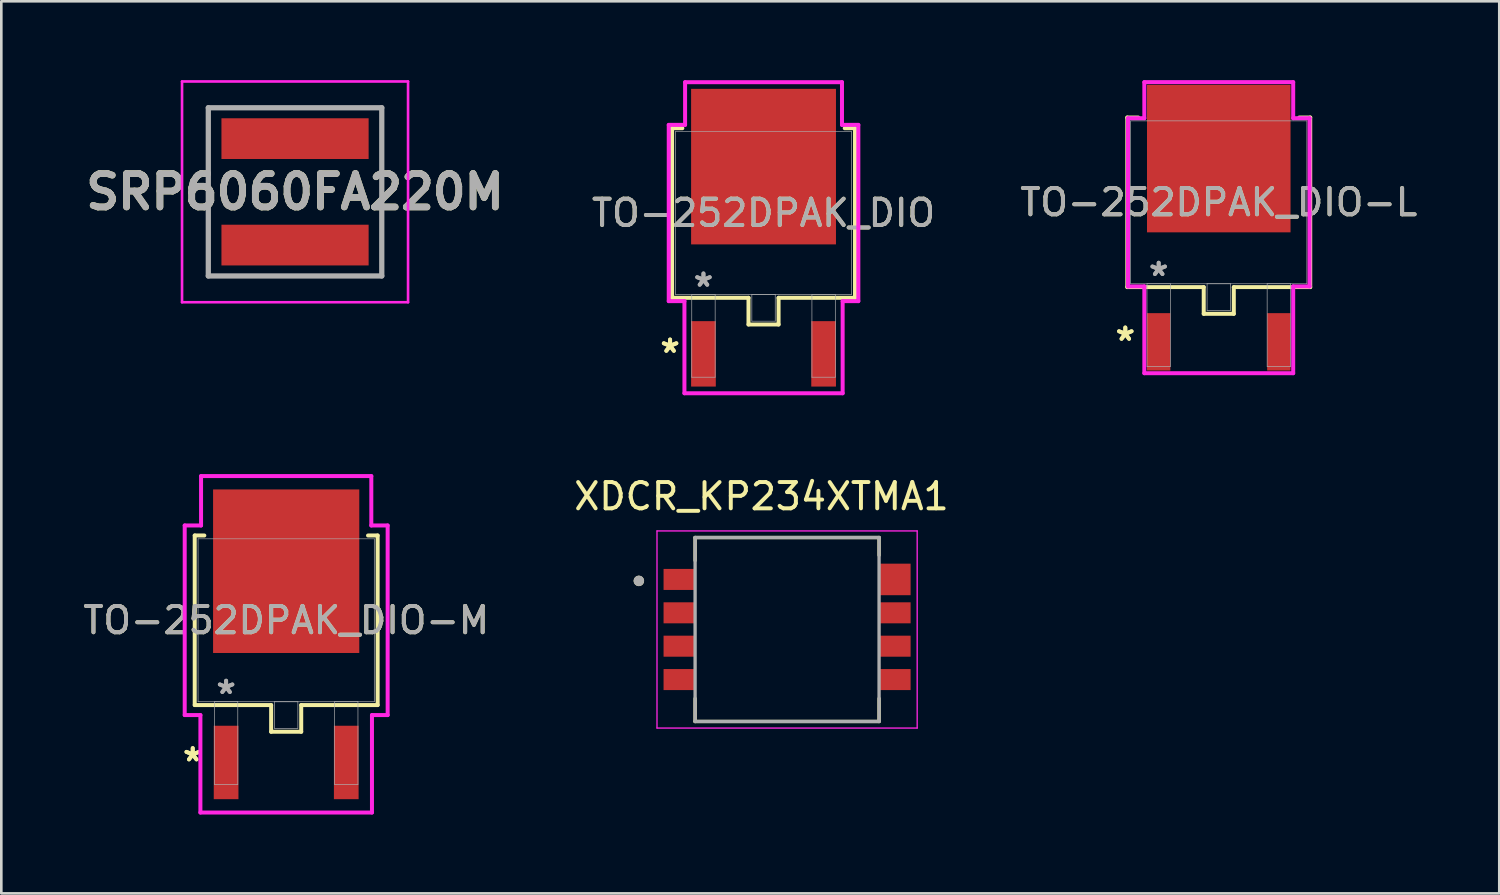
<source format=kicad_pcb>
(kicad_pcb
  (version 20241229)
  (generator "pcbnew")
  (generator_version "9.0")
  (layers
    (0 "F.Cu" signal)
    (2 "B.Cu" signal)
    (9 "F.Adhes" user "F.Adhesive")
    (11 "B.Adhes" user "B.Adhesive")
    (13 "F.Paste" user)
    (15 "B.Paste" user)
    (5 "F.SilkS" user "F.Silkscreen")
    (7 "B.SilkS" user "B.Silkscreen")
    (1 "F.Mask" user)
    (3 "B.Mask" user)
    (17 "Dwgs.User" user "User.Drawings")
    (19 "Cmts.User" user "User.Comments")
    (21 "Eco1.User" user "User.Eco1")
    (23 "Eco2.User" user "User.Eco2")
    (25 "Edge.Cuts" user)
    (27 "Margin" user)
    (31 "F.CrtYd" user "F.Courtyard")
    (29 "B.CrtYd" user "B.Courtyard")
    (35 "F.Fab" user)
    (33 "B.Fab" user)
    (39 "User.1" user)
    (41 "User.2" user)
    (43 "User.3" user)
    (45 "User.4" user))
  (footprint "XDCR_KP234XTMA1"
    (layer "F.Cu")
    (at 26.898 20.902)
    (property "Reference" "XDCR_KP234XTMA1" (at -0.975 -5.065 0) (layer "F.SilkS") (effects (font (size 1 1) (thickness 0.15))))
    (attr smd)
    (fp_line (start -3.5 -3.5) (end -3.5 -2.625) (stroke (width 0.127) (type solid)) (layer "F.SilkS"))
    (fp_line (start -3.5 3.5) (end -3.5 2.625) (stroke (width 0.127) (type solid)) (layer "F.SilkS"))
    (fp_line (start -3.5 3.5) (end 3.5 3.5) (stroke (width 0.127) (type solid)) (layer "F.SilkS"))
    (fp_line (start 3.5 -3.5) (end -3.5 -3.5) (stroke (width 0.127) (type solid)) (layer "F.SilkS"))
    (fp_line (start 3.5 -3.5) (end 3.5 -2.825) (stroke (width 0.127) (type solid)) (layer "F.SilkS"))
    (fp_line (start 3.5 3.5) (end 3.5 2.625) (stroke (width 0.127) (type solid)) (layer "F.SilkS"))
    (fp_circle (center -5.64 -1.85) (end -5.54 -1.85) (stroke (width 0.2) (type solid)) (fill no) (layer "F.SilkS"))
    (fp_line (start -4.95 -3.75) (end 4.95 -3.75) (stroke (width 0.05) (type solid)) (layer "F.CrtYd"))
    (fp_line (start -4.95 3.75) (end -4.95 -3.75) (stroke (width 0.05) (type solid)) (layer "F.CrtYd"))
    (fp_line (start 4.95 -3.75) (end 4.95 3.75) (stroke (width 0.05) (type solid)) (layer "F.CrtYd"))
    (fp_line (start 4.95 3.75) (end -4.95 3.75) (stroke (width 0.05) (type solid)) (layer "F.CrtYd"))
    (fp_line (start -3.5 -3.5) (end -3.5 3.5) (stroke (width 0.127) (type solid)) (layer "F.Fab"))
    (fp_line (start -3.5 3.5) (end 3.5 3.5) (stroke (width 0.127) (type solid)) (layer "F.Fab"))
    (fp_line (start 3.5 -3.5) (end -3.5 -3.5) (stroke (width 0.127) (type solid)) (layer "F.Fab"))
    (fp_line (start 3.5 3.5) (end 3.5 -3.5) (stroke (width 0.127) (type solid)) (layer "F.Fab"))
    (fp_circle (center -5.64 -1.85) (end -5.54 -1.85) (stroke (width 0.2) (type solid)) (fill no) (layer "F.Fab"))
    (pad "1" smd rect (at -4.1 -1.905) (size 1.2 0.8) (layers "F.Cu" "F.Mask" "F.Paste"))
    (pad "2" smd rect (at -4.1 -0.635) (size 1.2 0.8) (layers "F.Cu" "F.Mask" "F.Paste"))
    (pad "3" smd rect (at -4.1 0.635) (size 1.2 0.8) (layers "F.Cu" "F.Mask" "F.Paste"))
    (pad "4" smd rect (at -4.1 1.905) (size 1.2 0.8) (layers "F.Cu" "F.Mask" "F.Paste"))
    (pad "5" smd rect (at 4.1 1.905 180) (size 1.2 0.8) (layers "F.Cu" "F.Mask" "F.Paste"))
    (pad "6" smd rect (at 4.1 0.635 180) (size 1.2 0.8) (layers "F.Cu" "F.Mask" "F.Paste"))
    (pad "7" smd rect (at 4.1 -0.635 180) (size 1.2 0.8) (layers "F.Cu" "F.Mask" "F.Paste"))
    (pad "8" smd rect (at 4.1 -1.905 180) (size 1.2 1.2) (layers "F.Cu" "F.Mask" "F.Paste")))
  (footprint "TO-252DPAK_DIO"
    (layer "F.Cu")
    (at 26.002 5.055)
    (property "Reference" "TO-252DPAK_DIO" (at 0 0 0) (unlocked yes) (layer "F.SilkS") (effects (font (size 1 1) (thickness 0.15))))
    (attr smd)
    (fp_line (start -3.48 -3.226) (end -3.48 3.226) (stroke (width 0.152) (type solid)) (layer "F.SilkS"))
    (fp_line (start -3.48 3.226) (end -0.572 3.226) (stroke (width 0.152) (type solid)) (layer "F.SilkS"))
    (fp_line (start -3.089 -3.226) (end -3.48 -3.226) (stroke (width 0.152) (type solid)) (layer "F.SilkS"))
    (fp_line (start -0.572 3.226) (end -0.572 4.242) (stroke (width 0.152) (type solid)) (layer "F.SilkS"))
    (fp_line (start -0.572 4.242) (end 0.572 4.242) (stroke (width 0.152) (type solid)) (layer "F.SilkS"))
    (fp_line (start 0.572 3.226) (end 3.48 3.226) (stroke (width 0.152) (type solid)) (layer "F.SilkS"))
    (fp_line (start 0.572 4.242) (end 0.572 3.226) (stroke (width 0.152) (type solid)) (layer "F.SilkS"))
    (fp_line (start 3.48 -3.226) (end 3.089 -3.226) (stroke (width 0.152) (type solid)) (layer "F.SilkS"))
    (fp_line (start 3.48 3.226) (end 3.48 -3.226) (stroke (width 0.152) (type solid)) (layer "F.SilkS"))
    (fp_line (start -3.607 -3.353) (end -2.985 -3.353) (stroke (width 0.152) (type solid)) (layer "F.CrtYd"))
    (fp_line (start -3.607 3.353) (end -3.607 -3.353) (stroke (width 0.152) (type solid)) (layer "F.CrtYd"))
    (fp_line (start -3.01 3.353) (end -3.607 3.353) (stroke (width 0.152) (type solid)) (layer "F.CrtYd"))
    (fp_line (start -3.01 6.858) (end -3.01 3.353) (stroke (width 0.152) (type solid)) (layer "F.CrtYd"))
    (fp_line (start -2.985 -4.978) (end 2.985 -4.978) (stroke (width 0.152) (type solid)) (layer "F.CrtYd"))
    (fp_line (start -2.985 -3.353) (end -2.985 -4.978) (stroke (width 0.152) (type solid)) (layer "F.CrtYd"))
    (fp_line (start 2.985 -4.978) (end 2.985 -3.353) (stroke (width 0.152) (type solid)) (layer "F.CrtYd"))
    (fp_line (start 2.985 -3.353) (end 3.607 -3.353) (stroke (width 0.152) (type solid)) (layer "F.CrtYd"))
    (fp_line (start 3.01 3.353) (end 3.01 6.858) (stroke (width 0.152) (type solid)) (layer "F.CrtYd"))
    (fp_line (start 3.01 6.858) (end -3.01 6.858) (stroke (width 0.152) (type solid)) (layer "F.CrtYd"))
    (fp_line (start 3.607 -3.353) (end 3.607 3.353) (stroke (width 0.152) (type solid)) (layer "F.CrtYd"))
    (fp_line (start 3.607 3.353) (end 3.01 3.353) (stroke (width 0.152) (type solid)) (layer "F.CrtYd"))
    (fp_line (start -3.353 -3.099) (end -3.353 3.099) (stroke (width 0.025) (type solid)) (layer "F.Fab"))
    (fp_line (start -3.353 3.099) (end 3.353 3.099) (stroke (width 0.025) (type solid)) (layer "F.Fab"))
    (fp_line (start -2.731 3.099) (end -2.731 6.248) (stroke (width 0.025) (type solid)) (layer "F.Fab"))
    (fp_line (start -2.731 6.248) (end -1.841 6.248) (stroke (width 0.025) (type solid)) (layer "F.Fab"))
    (fp_line (start -1.841 3.099) (end -2.731 3.099) (stroke (width 0.025) (type solid)) (layer "F.Fab"))
    (fp_line (start -1.841 6.248) (end -1.841 3.099) (stroke (width 0.025) (type solid)) (layer "F.Fab"))
    (fp_line (start -0.445 3.099) (end -0.445 4.115) (stroke (width 0.025) (type solid)) (layer "F.Fab"))
    (fp_line (start -0.445 4.115) (end 0.445 4.115) (stroke (width 0.025) (type solid)) (layer "F.Fab"))
    (fp_line (start 0.445 3.099) (end -0.445 3.099) (stroke (width 0.025) (type solid)) (layer "F.Fab"))
    (fp_line (start 0.445 4.115) (end 0.445 3.099) (stroke (width 0.025) (type solid)) (layer "F.Fab"))
    (fp_line (start 1.841 3.099) (end 1.841 6.248) (stroke (width 0.025) (type solid)) (layer "F.Fab"))
    (fp_line (start 1.841 6.248) (end 2.731 6.248) (stroke (width 0.025) (type solid)) (layer "F.Fab"))
    (fp_line (start 2.731 3.099) (end 1.841 3.099) (stroke (width 0.025) (type solid)) (layer "F.Fab"))
    (fp_line (start 2.731 6.248) (end 2.731 3.099) (stroke (width 0.025) (type solid)) (layer "F.Fab"))
    (fp_line (start 3.353 -3.099) (end -3.353 -3.099) (stroke (width 0.025) (type solid)) (layer "F.Fab"))
    (fp_line (start 3.353 3.099) (end 3.353 -3.099) (stroke (width 0.025) (type solid)) (layer "F.Fab"))
    (fp_text user "*" (at -3.556 5.359 0) (layer "F.SilkS") (effects (font (size 1 1) (thickness 0.15))))
    (fp_text user "*" (at -3.556 5.359 0) (unlocked yes) (layer "F.SilkS") (effects (font (size 1 1) (thickness 0.15))))
    (fp_text user "${REFERENCE}" (at 0 0 0) (unlocked yes) (layer "F.Fab") (effects (font (size 1 1) (thickness 0.15))))
    (fp_text user "*" (at -2.286 2.845 0) (unlocked yes) (layer "F.Fab") (effects (font (size 1 1) (thickness 0.15))))
    (fp_text user "*" (at -2.286 2.845 0) (layer "F.Fab") (effects (font (size 1 1) (thickness 0.15))))
    (pad "1" smd rect (at -2.286 5.359) (size 0.94 2.489) (layers "F.Cu" "F.Mask" "F.Paste"))
    (pad "2" smd rect (at 0 -1.765) (size 5.512 5.918) (layers "F.Cu" "F.Mask" "F.Paste"))
    (pad "3" smd rect (at 2.286 5.359) (size 0.94 2.489) (layers "F.Cu" "F.Mask" "F.Paste")))
  (footprint "TO-252DPAK_DIO-M"
    (layer "F.Cu")
    (at 7.839 20.551)
    (property "Reference" "TO-252DPAK_DIO-M" (at 0 0 0) (unlocked yes) (layer "F.SilkS") (effects (font (size 1 1) (thickness 0.15))))
    (attr smd)
    (fp_line (start -3.48 -3.226) (end -3.48 3.226) (stroke (width 0.152) (type solid)) (layer "F.SilkS"))
    (fp_line (start -3.48 3.226) (end -0.572 3.226) (stroke (width 0.152) (type solid)) (layer "F.SilkS"))
    (fp_line (start -3.114 -3.226) (end -3.48 -3.226) (stroke (width 0.152) (type solid)) (layer "F.SilkS"))
    (fp_line (start -0.572 3.226) (end -0.572 4.242) (stroke (width 0.152) (type solid)) (layer "F.SilkS"))
    (fp_line (start -0.572 4.242) (end 0.572 4.242) (stroke (width 0.152) (type solid)) (layer "F.SilkS"))
    (fp_line (start 0.572 3.226) (end 3.48 3.226) (stroke (width 0.152) (type solid)) (layer "F.SilkS"))
    (fp_line (start 0.572 4.242) (end 0.572 3.226) (stroke (width 0.152) (type solid)) (layer "F.SilkS"))
    (fp_line (start 3.48 -3.226) (end 3.114 -3.226) (stroke (width 0.152) (type solid)) (layer "F.SilkS"))
    (fp_line (start 3.48 3.226) (end 3.48 -3.226) (stroke (width 0.152) (type solid)) (layer "F.SilkS"))
    (fp_line (start -3.861 -3.607) (end -3.239 -3.607) (stroke (width 0.152) (type solid)) (layer "F.CrtYd"))
    (fp_line (start -3.861 3.607) (end -3.861 -3.607) (stroke (width 0.152) (type solid)) (layer "F.CrtYd"))
    (fp_line (start -3.264 3.607) (end -3.861 3.607) (stroke (width 0.152) (type solid)) (layer "F.CrtYd"))
    (fp_line (start -3.264 7.315) (end -3.264 3.607) (stroke (width 0.152) (type solid)) (layer "F.CrtYd"))
    (fp_line (start -3.239 -5.486) (end 3.239 -5.486) (stroke (width 0.152) (type solid)) (layer "F.CrtYd"))
    (fp_line (start -3.239 -3.607) (end -3.239 -5.486) (stroke (width 0.152) (type solid)) (layer "F.CrtYd"))
    (fp_line (start 3.239 -5.486) (end 3.239 -3.607) (stroke (width 0.152) (type solid)) (layer "F.CrtYd"))
    (fp_line (start 3.239 -3.607) (end 3.861 -3.607) (stroke (width 0.152) (type solid)) (layer "F.CrtYd"))
    (fp_line (start 3.264 3.607) (end 3.264 7.315) (stroke (width 0.152) (type solid)) (layer "F.CrtYd"))
    (fp_line (start 3.264 7.315) (end -3.264 7.315) (stroke (width 0.152) (type solid)) (layer "F.CrtYd"))
    (fp_line (start 3.861 -3.607) (end 3.861 3.607) (stroke (width 0.152) (type solid)) (layer "F.CrtYd"))
    (fp_line (start 3.861 3.607) (end 3.264 3.607) (stroke (width 0.152) (type solid)) (layer "F.CrtYd"))
    (fp_line (start -3.353 -3.099) (end -3.353 3.099) (stroke (width 0.025) (type solid)) (layer "F.Fab"))
    (fp_line (start -3.353 3.099) (end 3.353 3.099) (stroke (width 0.025) (type solid)) (layer "F.Fab"))
    (fp_line (start -2.731 3.099) (end -2.731 6.248) (stroke (width 0.025) (type solid)) (layer "F.Fab"))
    (fp_line (start -2.731 6.248) (end -1.841 6.248) (stroke (width 0.025) (type solid)) (layer "F.Fab"))
    (fp_line (start -1.841 3.099) (end -2.731 3.099) (stroke (width 0.025) (type solid)) (layer "F.Fab"))
    (fp_line (start -1.841 6.248) (end -1.841 3.099) (stroke (width 0.025) (type solid)) (layer "F.Fab"))
    (fp_line (start -0.445 3.099) (end -0.445 4.115) (stroke (width 0.025) (type solid)) (layer "F.Fab"))
    (fp_line (start -0.445 4.115) (end 0.445 4.115) (stroke (width 0.025) (type solid)) (layer "F.Fab"))
    (fp_line (start 0.445 3.099) (end -0.445 3.099) (stroke (width 0.025) (type solid)) (layer "F.Fab"))
    (fp_line (start 0.445 4.115) (end 0.445 3.099) (stroke (width 0.025) (type solid)) (layer "F.Fab"))
    (fp_line (start 1.841 3.099) (end 1.841 6.248) (stroke (width 0.025) (type solid)) (layer "F.Fab"))
    (fp_line (start 1.841 6.248) (end 2.731 6.248) (stroke (width 0.025) (type solid)) (layer "F.Fab"))
    (fp_line (start 2.731 3.099) (end 1.841 3.099) (stroke (width 0.025) (type solid)) (layer "F.Fab"))
    (fp_line (start 2.731 6.248) (end 2.731 3.099) (stroke (width 0.025) (type solid)) (layer "F.Fab"))
    (fp_line (start 3.353 -3.099) (end -3.353 -3.099) (stroke (width 0.025) (type solid)) (layer "F.Fab"))
    (fp_line (start 3.353 3.099) (end 3.353 -3.099) (stroke (width 0.025) (type solid)) (layer "F.Fab"))
    (fp_text user "*" (at -3.556 5.41 0) (unlocked yes) (layer "F.SilkS") (effects (font (size 1 1) (thickness 0.15))))
    (fp_text user "*" (at -3.556 5.41 0) (layer "F.SilkS") (effects (font (size 1 1) (thickness 0.15))))
    (fp_text user "${REFERENCE}" (at 0 0 0) (unlocked yes) (layer "F.Fab") (effects (font (size 1 1) (thickness 0.15))))
    (fp_text user "*" (at -2.286 2.845 0) (unlocked yes) (layer "F.Fab") (effects (font (size 1 1) (thickness 0.15))))
    (fp_text user "*" (at -2.286 2.845 0) (layer "F.Fab") (effects (font (size 1 1) (thickness 0.15))))
    (pad "1" smd rect (at -2.286 5.41) (size 0.94 2.794) (layers "F.Cu" "F.Mask" "F.Paste"))
    (pad "2" smd rect (at 0 -1.867) (size 5.563 6.223) (layers "F.Cu" "F.Mask" "F.Paste"))
    (pad "3" smd rect (at 2.286 5.41) (size 0.94 2.794) (layers "F.Cu" "F.Mask" "F.Paste")))
  (footprint "TO-252DPAK_DIO-L"
    (layer "F.Cu")
    (at 43.323 4.648)
    (property "Reference" "TO-252DPAK_DIO-L" (at 0 0 0) (unlocked yes) (layer "F.SilkS") (effects (font (size 1 1) (thickness 0.15))))
    (attr smd)
    (fp_line (start -3.48 -3.226) (end -3.48 3.226) (stroke (width 0.152) (type solid)) (layer "F.SilkS"))
    (fp_line (start -3.48 3.226) (end -0.572 3.226) (stroke (width 0.152) (type solid)) (layer "F.SilkS"))
    (fp_line (start -3.063 -3.226) (end -3.48 -3.226) (stroke (width 0.152) (type solid)) (layer "F.SilkS"))
    (fp_line (start -0.572 3.226) (end -0.572 4.242) (stroke (width 0.152) (type solid)) (layer "F.SilkS"))
    (fp_line (start -0.572 4.242) (end 0.572 4.242) (stroke (width 0.152) (type solid)) (layer "F.SilkS"))
    (fp_line (start 0.572 3.226) (end 3.48 3.226) (stroke (width 0.152) (type solid)) (layer "F.SilkS"))
    (fp_line (start 0.572 4.242) (end 0.572 3.226) (stroke (width 0.152) (type solid)) (layer "F.SilkS"))
    (fp_line (start 3.48 -3.226) (end 3.063 -3.226) (stroke (width 0.152) (type solid)) (layer "F.SilkS"))
    (fp_line (start 3.48 3.226) (end 3.48 -3.226) (stroke (width 0.152) (type solid)) (layer "F.SilkS"))
    (fp_line (start -3.454 -3.2) (end -2.832 -3.2) (stroke (width 0.152) (type solid)) (layer "F.CrtYd"))
    (fp_line (start -3.454 3.2) (end -3.454 -3.2) (stroke (width 0.152) (type solid)) (layer "F.CrtYd"))
    (fp_line (start -2.832 -4.572) (end 2.832 -4.572) (stroke (width 0.152) (type solid)) (layer "F.CrtYd"))
    (fp_line (start -2.832 -3.2) (end -2.832 -4.572) (stroke (width 0.152) (type solid)) (layer "F.CrtYd"))
    (fp_line (start -2.832 3.2) (end -3.454 3.2) (stroke (width 0.152) (type solid)) (layer "F.CrtYd"))
    (fp_line (start -2.832 6.502) (end -2.832 3.2) (stroke (width 0.152) (type solid)) (layer "F.CrtYd"))
    (fp_line (start 2.832 -4.572) (end 2.832 -3.2) (stroke (width 0.152) (type solid)) (layer "F.CrtYd"))
    (fp_line (start 2.832 -3.2) (end 3.454 -3.2) (stroke (width 0.152) (type solid)) (layer "F.CrtYd"))
    (fp_line (start 2.832 3.2) (end 2.832 6.502) (stroke (width 0.152) (type solid)) (layer "F.CrtYd"))
    (fp_line (start 2.832 6.502) (end -2.832 6.502) (stroke (width 0.152) (type solid)) (layer "F.CrtYd"))
    (fp_line (start 3.454 -3.2) (end 3.454 3.2) (stroke (width 0.152) (type solid)) (layer "F.CrtYd"))
    (fp_line (start 3.454 3.2) (end 2.832 3.2) (stroke (width 0.152) (type solid)) (layer "F.CrtYd"))
    (fp_line (start -3.353 -3.099) (end -3.353 3.099) (stroke (width 0.025) (type solid)) (layer "F.Fab"))
    (fp_line (start -3.353 3.099) (end 3.353 3.099) (stroke (width 0.025) (type solid)) (layer "F.Fab"))
    (fp_line (start -2.731 3.099) (end -2.731 6.248) (stroke (width 0.025) (type solid)) (layer "F.Fab"))
    (fp_line (start -2.731 6.248) (end -1.841 6.248) (stroke (width 0.025) (type solid)) (layer "F.Fab"))
    (fp_line (start -1.841 3.099) (end -2.731 3.099) (stroke (width 0.025) (type solid)) (layer "F.Fab"))
    (fp_line (start -1.841 6.248) (end -1.841 3.099) (stroke (width 0.025) (type solid)) (layer "F.Fab"))
    (fp_line (start -0.445 3.099) (end -0.445 4.115) (stroke (width 0.025) (type solid)) (layer "F.Fab"))
    (fp_line (start -0.445 4.115) (end 0.445 4.115) (stroke (width 0.025) (type solid)) (layer "F.Fab"))
    (fp_line (start 0.445 3.099) (end -0.445 3.099) (stroke (width 0.025) (type solid)) (layer "F.Fab"))
    (fp_line (start 0.445 4.115) (end 0.445 3.099) (stroke (width 0.025) (type solid)) (layer "F.Fab"))
    (fp_line (start 1.841 3.099) (end 1.841 6.248) (stroke (width 0.025) (type solid)) (layer "F.Fab"))
    (fp_line (start 1.841 6.248) (end 2.731 6.248) (stroke (width 0.025) (type solid)) (layer "F.Fab"))
    (fp_line (start 2.731 3.099) (end 1.841 3.099) (stroke (width 0.025) (type solid)) (layer "F.Fab"))
    (fp_line (start 2.731 6.248) (end 2.731 3.099) (stroke (width 0.025) (type solid)) (layer "F.Fab"))
    (fp_line (start 3.353 -3.099) (end -3.353 -3.099) (stroke (width 0.025) (type solid)) (layer "F.Fab"))
    (fp_line (start 3.353 3.099) (end 3.353 -3.099) (stroke (width 0.025) (type solid)) (layer "F.Fab"))
    (fp_text user "*" (at -3.556 5.309 0) (layer "F.SilkS") (effects (font (size 1 1) (thickness 0.15))))
    (fp_text user "*" (at -3.556 5.309 0) (unlocked yes) (layer "F.SilkS") (effects (font (size 1 1) (thickness 0.15))))
    (fp_text user "${REFERENCE}" (at 0 0 0) (unlocked yes) (layer "F.Fab") (effects (font (size 1 1) (thickness 0.15))))
    (fp_text user "*" (at -2.286 2.845 0) (layer "F.Fab") (effects (font (size 1 1) (thickness 0.15))))
    (fp_text user "*" (at -2.286 2.845 0) (unlocked yes) (layer "F.Fab") (effects (font (size 1 1) (thickness 0.15))))
    (pad "1" smd rect (at -2.286 5.309) (size 0.889 2.184) (layers "F.Cu" "F.Mask" "F.Paste"))
    (pad "2" smd rect (at 0 -1.664) (size 5.461 5.613) (layers "F.Cu" "F.Mask" "F.Paste"))
    (pad "3" smd rect (at 2.286 5.309) (size 0.889 2.184) (layers "F.Cu" "F.Mask" "F.Paste")))
  (footprint "SRP6060FA220M"
    (layer "F.Cu")
    (at 8.176 4.25)
    (property "Reference" "SRP6060FA220M" (at 0 0 0) (layer "F.SilkS") (effects (font (size 1.27 1.27) (thickness 0.254))))
    (attr smd)
    (fp_line (start -3.3 -3.2) (end 3.3 -3.2) (stroke (width 0.1) (type solid)) (layer "F.SilkS"))
    (fp_line (start -3.3 3.2) (end -3.3 -3.2) (stroke (width 0.1) (type solid)) (layer "F.SilkS"))
    (fp_line (start 3.3 -3.2) (end 3.3 3.2) (stroke (width 0.1) (type solid)) (layer "F.SilkS"))
    (fp_line (start 3.3 3.2) (end -3.3 3.2) (stroke (width 0.1) (type solid)) (layer "F.SilkS"))
    (fp_line (start -4.3 -4.2) (end 4.3 -4.2) (stroke (width 0.1) (type solid)) (layer "F.CrtYd"))
    (fp_line (start -4.3 4.2) (end -4.3 -4.2) (stroke (width 0.1) (type solid)) (layer "F.CrtYd"))
    (fp_line (start 4.3 -4.2) (end 4.3 4.2) (stroke (width 0.1) (type solid)) (layer "F.CrtYd"))
    (fp_line (start 4.3 4.2) (end -4.3 4.2) (stroke (width 0.1) (type solid)) (layer "F.CrtYd"))
    (fp_line (start -3.3 -3.2) (end 3.3 -3.2) (stroke (width 0.2) (type solid)) (layer "F.Fab"))
    (fp_line (start -3.3 3.2) (end -3.3 -3.2) (stroke (width 0.2) (type solid)) (layer "F.Fab"))
    (fp_line (start 3.3 -3.2) (end 3.3 3.2) (stroke (width 0.2) (type solid)) (layer "F.Fab"))
    (fp_line (start 3.3 3.2) (end -3.3 3.2) (stroke (width 0.2) (type solid)) (layer "F.Fab"))
    (fp_text user "${REFERENCE}" (at 0 0 0) (layer "F.Fab") (effects (font (size 1.27 1.27) (thickness 0.254))))
    (pad "1" smd rect (at 0 -2.025 90) (size 1.55 5.6) (layers "F.Cu" "F.Mask" "F.Paste"))
    (pad "2" smd rect (at 0 2.025 90) (size 1.55 5.6) (layers "F.Cu" "F.Mask" "F.Paste")))
  (gr_rect
    (start -3 -3)
    (end 53.996 30.943)
    (stroke (width 0.1) (type default))
    (fill no)
    (layer "Edge.Cuts")))
</source>
